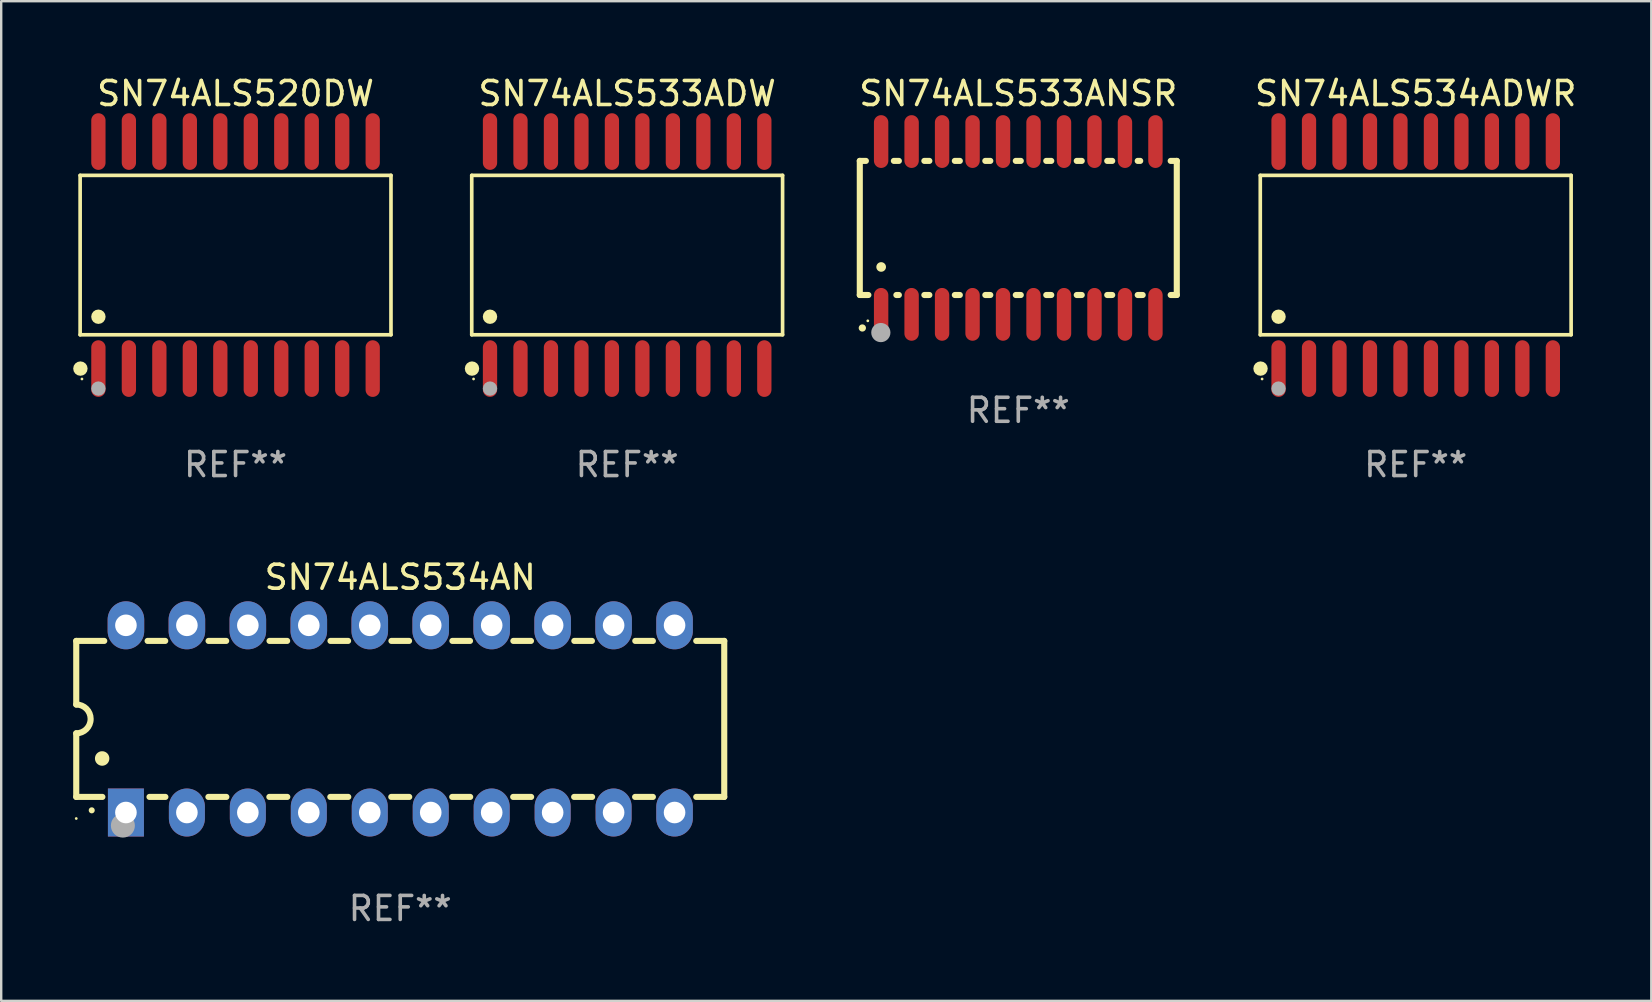
<source format=kicad_pcb>
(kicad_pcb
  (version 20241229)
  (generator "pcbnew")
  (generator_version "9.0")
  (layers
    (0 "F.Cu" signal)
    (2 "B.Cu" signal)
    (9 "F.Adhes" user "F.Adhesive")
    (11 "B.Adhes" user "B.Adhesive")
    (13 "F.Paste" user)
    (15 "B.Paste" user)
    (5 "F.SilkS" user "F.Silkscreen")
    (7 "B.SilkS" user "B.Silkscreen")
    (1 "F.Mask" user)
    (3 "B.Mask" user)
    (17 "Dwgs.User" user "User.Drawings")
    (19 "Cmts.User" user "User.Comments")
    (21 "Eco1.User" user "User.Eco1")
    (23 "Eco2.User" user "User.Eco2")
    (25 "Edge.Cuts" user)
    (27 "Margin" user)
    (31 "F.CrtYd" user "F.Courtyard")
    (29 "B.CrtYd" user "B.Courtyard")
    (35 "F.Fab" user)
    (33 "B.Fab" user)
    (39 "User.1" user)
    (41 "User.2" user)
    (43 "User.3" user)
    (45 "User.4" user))
  (footprint "SN74ALS533ANSR"
    (layer "F.Cu")
    (at 39.379 6.448)
    (property "Reference" "SN74ALS533ANSR" (at 0 -5.6 0) (layer "F.SilkS") (effects (font (size 1 1) (thickness 0.15))))
    (attr through_hole)
    (fp_line (start -6.604 -2.794) (end -6.604 2.794) (stroke (width 0.254) (type solid)) (layer "F.SilkS"))
    (fp_line (start -6.604 2.794) (end -6.246 2.794) (stroke (width 0.254) (type solid)) (layer "F.SilkS"))
    (fp_line (start -6.35 -2.794) (end -6.604 -2.794) (stroke (width 0.254) (type solid)) (layer "F.SilkS"))
    (fp_line (start -5.184 -2.794) (end -4.976 -2.794) (stroke (width 0.254) (type solid)) (layer "F.SilkS"))
    (fp_line (start -5.08 2.794) (end -4.976 2.794) (stroke (width 0.254) (type solid)) (layer "F.SilkS"))
    (fp_line (start -3.914 -2.794) (end -3.706 -2.794) (stroke (width 0.254) (type solid)) (layer "F.SilkS"))
    (fp_line (start -3.914 2.794) (end -3.706 2.794) (stroke (width 0.254) (type solid)) (layer "F.SilkS"))
    (fp_line (start -2.644 -2.794) (end -2.436 -2.794) (stroke (width 0.254) (type solid)) (layer "F.SilkS"))
    (fp_line (start -2.644 2.794) (end -2.436 2.794) (stroke (width 0.254) (type solid)) (layer "F.SilkS"))
    (fp_line (start -1.374 -2.794) (end -1.166 -2.794) (stroke (width 0.254) (type solid)) (layer "F.SilkS"))
    (fp_line (start -1.374 2.794) (end -1.166 2.794) (stroke (width 0.254) (type solid)) (layer "F.SilkS"))
    (fp_line (start -0.104 -2.794) (end 0.104 -2.794) (stroke (width 0.254) (type solid)) (layer "F.SilkS"))
    (fp_line (start -0.104 2.794) (end 0.104 2.794) (stroke (width 0.254) (type solid)) (layer "F.SilkS"))
    (fp_line (start 1.166 -2.794) (end 1.374 -2.794) (stroke (width 0.254) (type solid)) (layer "F.SilkS"))
    (fp_line (start 1.166 2.794) (end 1.374 2.794) (stroke (width 0.254) (type solid)) (layer "F.SilkS"))
    (fp_line (start 2.436 -2.794) (end 2.644 -2.794) (stroke (width 0.254) (type solid)) (layer "F.SilkS"))
    (fp_line (start 2.436 2.794) (end 2.644 2.794) (stroke (width 0.254) (type solid)) (layer "F.SilkS"))
    (fp_line (start 3.706 -2.794) (end 3.914 -2.794) (stroke (width 0.254) (type solid)) (layer "F.SilkS"))
    (fp_line (start 3.706 2.794) (end 3.914 2.794) (stroke (width 0.254) (type solid)) (layer "F.SilkS"))
    (fp_line (start 4.976 -2.794) (end 5.08 -2.794) (stroke (width 0.254) (type solid)) (layer "F.SilkS"))
    (fp_line (start 4.976 2.794) (end 5.184 2.794) (stroke (width 0.254) (type solid)) (layer "F.SilkS"))
    (fp_line (start 6.35 -2.794) (end 6.604 -2.794) (stroke (width 0.254) (type solid)) (layer "F.SilkS"))
    (fp_line (start 6.604 -2.794) (end 6.604 2.794) (stroke (width 0.254) (type solid)) (layer "F.SilkS"))
    (fp_line (start 6.604 2.794) (end 6.35 2.794) (stroke (width 0.254) (type solid)) (layer "F.SilkS"))
    (fp_arc (start -6.499619 4.167793) (mid -6.498349 4.167788) (end -6.497079 4.167793) (stroke (width 0.3) (type solid)) (layer "F.SilkS"))
    (fp_arc (start -5.715011 1.625603) (mid -5.713741 1.625599) (end -5.712471 1.625603) (stroke (width 0.4) (type solid)) (layer "F.SilkS"))
    (fp_circle (center -6.27 3.87) (end -6.24 3.87) (stroke (width 0.06) (type solid)) (fill no) (layer "F.SilkS"))
    (fp_circle (center -5.727 4.359) (end -5.527 4.359) (stroke (width 0.4) (type solid)) (fill no) (layer "F.Fab"))
    (fp_text user "REF**" (at 0 7.6 0) (layer "F.Fab") (effects (font (size 1 1) (thickness 0.15))))
    (pad "1" smd oval (at -5.715 3.6) (size 0.6 2.2) (layers "F.Cu" "F.Mask" "F.Paste"))
    (pad "2" smd oval (at -4.445 3.6) (size 0.6 2.2) (layers "F.Cu" "F.Mask" "F.Paste"))
    (pad "3" smd oval (at -3.175 3.6) (size 0.6 2.2) (layers "F.Cu" "F.Mask" "F.Paste"))
    (pad "4" smd oval (at -1.905 3.6) (size 0.6 2.2) (layers "F.Cu" "F.Mask" "F.Paste"))
    (pad "5" smd oval (at -0.635 3.6) (size 0.6 2.2) (layers "F.Cu" "F.Mask" "F.Paste"))
    (pad "6" smd oval (at 0.635 3.6) (size 0.6 2.2) (layers "F.Cu" "F.Mask" "F.Paste"))
    (pad "7" smd oval (at 1.905 3.6) (size 0.6 2.2) (layers "F.Cu" "F.Mask" "F.Paste"))
    (pad "8" smd oval (at 3.175 3.6) (size 0.6 2.2) (layers "F.Cu" "F.Mask" "F.Paste"))
    (pad "9" smd oval (at 4.445 3.6) (size 0.6 2.2) (layers "F.Cu" "F.Mask" "F.Paste"))
    (pad "10" smd oval (at 5.715 3.6) (size 0.6 2.2) (layers "F.Cu" "F.Mask" "F.Paste"))
    (pad "11" smd oval (at 5.715 -3.6 180) (size 0.6 2.2) (layers "F.Cu" "F.Mask" "F.Paste"))
    (pad "12" smd oval (at 4.445 -3.6 180) (size 0.6 2.2) (layers "F.Cu" "F.Mask" "F.Paste"))
    (pad "13" smd oval (at 3.175 -3.6 180) (size 0.6 2.2) (layers "F.Cu" "F.Mask" "F.Paste"))
    (pad "14" smd oval (at 1.905 -3.6 180) (size 0.6 2.2) (layers "F.Cu" "F.Mask" "F.Paste"))
    (pad "15" smd oval (at 0.635 -3.6 180) (size 0.6 2.2) (layers "F.Cu" "F.Mask" "F.Paste"))
    (pad "16" smd oval (at -0.635 -3.6 180) (size 0.6 2.2) (layers "F.Cu" "F.Mask" "F.Paste"))
    (pad "17" smd oval (at -1.905 -3.6 180) (size 0.6 2.2) (layers "F.Cu" "F.Mask" "F.Paste"))
    (pad "18" smd oval (at -3.175 -3.6 180) (size 0.6 2.2) (layers "F.Cu" "F.Mask" "F.Paste"))
    (pad "19" smd oval (at -4.445 -3.6 180) (size 0.6 2.2) (layers "F.Cu" "F.Mask" "F.Paste"))
    (pad "20" smd oval (at -5.715 -3.6 180) (size 0.6 2.2) (layers "F.Cu" "F.Mask" "F.Paste")))
  (footprint "SN74ALS520DW"
    (layer "F.Cu")
    (at 6.765 7.578)
    (property "Reference" "SN74ALS520DW" (at 0 -6.73 0) (layer "F.SilkS") (effects (font (size 1 1) (thickness 0.15))))
    (attr through_hole)
    (fp_line (start -6.476 -3.321) (end 6.476 -3.321) (stroke (width 0.152) (type solid)) (layer "F.SilkS"))
    (fp_line (start -6.476 3.321) (end -6.476 -3.321) (stroke (width 0.152) (type solid)) (layer "F.SilkS"))
    (fp_line (start 6.476 -3.321) (end 6.476 3.321) (stroke (width 0.152) (type solid)) (layer "F.SilkS"))
    (fp_line (start 6.476 3.321) (end -6.476 3.321) (stroke (width 0.152) (type solid)) (layer "F.SilkS"))
    (fp_circle (center -6.465 4.73) (end -6.315 4.73) (stroke (width 0.3) (type solid)) (fill no) (layer "F.SilkS"))
    (fp_circle (center -6.4 5.163) (end -6.37 5.163) (stroke (width 0.06) (type solid)) (fill no) (layer "F.SilkS"))
    (fp_circle (center -5.715 2.569) (end -5.565 2.569) (stroke (width 0.3) (type solid)) (fill no) (layer "F.SilkS"))
    (fp_circle (center -5.715 5.563) (end -5.565 5.563) (stroke (width 0.3) (type solid)) (fill no) (layer "F.Fab"))
    (fp_text user "REF**" (at 0 8.73 0) (layer "F.Fab") (effects (font (size 1 1) (thickness 0.15))))
    (pad "1" smd oval (at -5.715 4.73) (size 0.595 2.36) (layers "F.Cu" "F.Mask" "F.Paste"))
    (pad "2" smd oval (at -4.445 4.73) (size 0.595 2.36) (layers "F.Cu" "F.Mask" "F.Paste"))
    (pad "3" smd oval (at -3.175 4.73) (size 0.595 2.36) (layers "F.Cu" "F.Mask" "F.Paste"))
    (pad "4" smd oval (at -1.905 4.73) (size 0.595 2.36) (layers "F.Cu" "F.Mask" "F.Paste"))
    (pad "5" smd oval (at -0.635 4.73) (size 0.595 2.36) (layers "F.Cu" "F.Mask" "F.Paste"))
    (pad "6" smd oval (at 0.635 4.73) (size 0.595 2.36) (layers "F.Cu" "F.Mask" "F.Paste"))
    (pad "7" smd oval (at 1.905 4.73) (size 0.595 2.36) (layers "F.Cu" "F.Mask" "F.Paste"))
    (pad "8" smd oval (at 3.175 4.73) (size 0.595 2.36) (layers "F.Cu" "F.Mask" "F.Paste"))
    (pad "9" smd oval (at 4.445 4.73) (size 0.595 2.36) (layers "F.Cu" "F.Mask" "F.Paste"))
    (pad "10" smd oval (at 5.715 4.73) (size 0.595 2.36) (layers "F.Cu" "F.Mask" "F.Paste"))
    (pad "11" smd oval (at 5.715 -4.73) (size 0.595 2.36) (layers "F.Cu" "F.Mask" "F.Paste"))
    (pad "12" smd oval (at 4.445 -4.73) (size 0.595 2.36) (layers "F.Cu" "F.Mask" "F.Paste"))
    (pad "13" smd oval (at 3.175 -4.73) (size 0.595 2.36) (layers "F.Cu" "F.Mask" "F.Paste"))
    (pad "14" smd oval (at 1.905 -4.73) (size 0.595 2.36) (layers "F.Cu" "F.Mask" "F.Paste"))
    (pad "15" smd oval (at 0.635 -4.73) (size 0.595 2.36) (layers "F.Cu" "F.Mask" "F.Paste"))
    (pad "16" smd oval (at -0.635 -4.73) (size 0.595 2.36) (layers "F.Cu" "F.Mask" "F.Paste"))
    (pad "17" smd oval (at -1.905 -4.73) (size 0.595 2.36) (layers "F.Cu" "F.Mask" "F.Paste"))
    (pad "18" smd oval (at -3.175 -4.73) (size 0.595 2.36) (layers "F.Cu" "F.Mask" "F.Paste"))
    (pad "19" smd oval (at -4.445 -4.73) (size 0.595 2.36) (layers "F.Cu" "F.Mask" "F.Paste"))
    (pad "20" smd oval (at -5.715 -4.73) (size 0.595 2.36) (layers "F.Cu" "F.Mask" "F.Paste")))
  (footprint "SN74ALS533ADW"
    (layer "F.Cu")
    (at 23.082 7.578)
    (property "Reference" "SN74ALS533ADW" (at 0 -6.73 0) (layer "F.SilkS") (effects (font (size 1 1) (thickness 0.15))))
    (attr through_hole)
    (fp_line (start -6.476 -3.321) (end 6.476 -3.321) (stroke (width 0.152) (type solid)) (layer "F.SilkS"))
    (fp_line (start -6.476 3.321) (end -6.476 -3.321) (stroke (width 0.152) (type solid)) (layer "F.SilkS"))
    (fp_line (start 6.476 -3.321) (end 6.476 3.321) (stroke (width 0.152) (type solid)) (layer "F.SilkS"))
    (fp_line (start 6.476 3.321) (end -6.476 3.321) (stroke (width 0.152) (type solid)) (layer "F.SilkS"))
    (fp_circle (center -6.465 4.73) (end -6.315 4.73) (stroke (width 0.3) (type solid)) (fill no) (layer "F.SilkS"))
    (fp_circle (center -6.4 5.163) (end -6.37 5.163) (stroke (width 0.06) (type solid)) (fill no) (layer "F.SilkS"))
    (fp_circle (center -5.715 2.569) (end -5.565 2.569) (stroke (width 0.3) (type solid)) (fill no) (layer "F.SilkS"))
    (fp_circle (center -5.715 5.563) (end -5.565 5.563) (stroke (width 0.3) (type solid)) (fill no) (layer "F.Fab"))
    (fp_text user "REF**" (at 0 8.73 0) (layer "F.Fab") (effects (font (size 1 1) (thickness 0.15))))
    (pad "1" smd oval (at -5.715 4.73) (size 0.595 2.36) (layers "F.Cu" "F.Mask" "F.Paste"))
    (pad "2" smd oval (at -4.445 4.73) (size 0.595 2.36) (layers "F.Cu" "F.Mask" "F.Paste"))
    (pad "3" smd oval (at -3.175 4.73) (size 0.595 2.36) (layers "F.Cu" "F.Mask" "F.Paste"))
    (pad "4" smd oval (at -1.905 4.73) (size 0.595 2.36) (layers "F.Cu" "F.Mask" "F.Paste"))
    (pad "5" smd oval (at -0.635 4.73) (size 0.595 2.36) (layers "F.Cu" "F.Mask" "F.Paste"))
    (pad "6" smd oval (at 0.635 4.73) (size 0.595 2.36) (layers "F.Cu" "F.Mask" "F.Paste"))
    (pad "7" smd oval (at 1.905 4.73) (size 0.595 2.36) (layers "F.Cu" "F.Mask" "F.Paste"))
    (pad "8" smd oval (at 3.175 4.73) (size 0.595 2.36) (layers "F.Cu" "F.Mask" "F.Paste"))
    (pad "9" smd oval (at 4.445 4.73) (size 0.595 2.36) (layers "F.Cu" "F.Mask" "F.Paste"))
    (pad "10" smd oval (at 5.715 4.73) (size 0.595 2.36) (layers "F.Cu" "F.Mask" "F.Paste"))
    (pad "11" smd oval (at 5.715 -4.73) (size 0.595 2.36) (layers "F.Cu" "F.Mask" "F.Paste"))
    (pad "12" smd oval (at 4.445 -4.73) (size 0.595 2.36) (layers "F.Cu" "F.Mask" "F.Paste"))
    (pad "13" smd oval (at 3.175 -4.73) (size 0.595 2.36) (layers "F.Cu" "F.Mask" "F.Paste"))
    (pad "14" smd oval (at 1.905 -4.73) (size 0.595 2.36) (layers "F.Cu" "F.Mask" "F.Paste"))
    (pad "15" smd oval (at 0.635 -4.73) (size 0.595 2.36) (layers "F.Cu" "F.Mask" "F.Paste"))
    (pad "16" smd oval (at -0.635 -4.73) (size 0.595 2.36) (layers "F.Cu" "F.Mask" "F.Paste"))
    (pad "17" smd oval (at -1.905 -4.73) (size 0.595 2.36) (layers "F.Cu" "F.Mask" "F.Paste"))
    (pad "18" smd oval (at -3.175 -4.73) (size 0.595 2.36) (layers "F.Cu" "F.Mask" "F.Paste"))
    (pad "19" smd oval (at -4.445 -4.73) (size 0.595 2.36) (layers "F.Cu" "F.Mask" "F.Paste"))
    (pad "20" smd oval (at -5.715 -4.73) (size 0.595 2.36) (layers "F.Cu" "F.Mask" "F.Paste")))
  (footprint "SN74ALS534AN"
    (layer "F.Cu")
    (at 13.627 26.905)
    (property "Reference" "SN74ALS534AN" (at 0 -5.9 0) (layer "F.SilkS") (effects (font (size 1 1) (thickness 0.15))))
    (attr through_hole)
    (fp_line (start -13.5 -3.25) (end -12.333 -3.25) (stroke (width 0.254) (type solid)) (layer "F.SilkS"))
    (fp_line (start -13.5 -0.6) (end -13.5 -3.25) (stroke (width 0.254) (type solid)) (layer "F.SilkS"))
    (fp_line (start -13.5 3.25) (end -13.5 0.6) (stroke (width 0.254) (type solid)) (layer "F.SilkS"))
    (fp_line (start -13.5 3.25) (end -12.411 3.25) (stroke (width 0.254) (type solid)) (layer "F.SilkS"))
    (fp_line (start -10.527 -3.25) (end -9.793 -3.25) (stroke (width 0.254) (type solid)) (layer "F.SilkS"))
    (fp_line (start -10.449 3.25) (end -9.786 3.25) (stroke (width 0.254) (type solid)) (layer "F.SilkS"))
    (fp_line (start -7.994 3.25) (end -7.246 3.25) (stroke (width 0.254) (type solid)) (layer "F.SilkS"))
    (fp_line (start -7.987 -3.25) (end -7.253 -3.25) (stroke (width 0.254) (type solid)) (layer "F.SilkS"))
    (fp_line (start -5.454 3.25) (end -4.706 3.25) (stroke (width 0.254) (type solid)) (layer "F.SilkS"))
    (fp_line (start -5.447 -3.25) (end -4.713 -3.25) (stroke (width 0.254) (type solid)) (layer "F.SilkS"))
    (fp_line (start -2.914 3.25) (end -2.166 3.25) (stroke (width 0.254) (type solid)) (layer "F.SilkS"))
    (fp_line (start -2.907 -3.25) (end -2.173 -3.25) (stroke (width 0.254) (type solid)) (layer "F.SilkS"))
    (fp_line (start -0.374 3.25) (end 0.374 3.25) (stroke (width 0.254) (type solid)) (layer "F.SilkS"))
    (fp_line (start -0.367 -3.25) (end 0.367 -3.25) (stroke (width 0.254) (type solid)) (layer "F.SilkS"))
    (fp_line (start 2.166 3.25) (end 2.914 3.25) (stroke (width 0.254) (type solid)) (layer "F.SilkS"))
    (fp_line (start 2.173 -3.25) (end 2.907 -3.25) (stroke (width 0.254) (type solid)) (layer "F.SilkS"))
    (fp_line (start 4.706 3.25) (end 5.454 3.25) (stroke (width 0.254) (type solid)) (layer "F.SilkS"))
    (fp_line (start 4.713 -3.25) (end 5.447 -3.25) (stroke (width 0.254) (type solid)) (layer "F.SilkS"))
    (fp_line (start 7.246 3.25) (end 7.994 3.25) (stroke (width 0.254) (type solid)) (layer "F.SilkS"))
    (fp_line (start 7.253 -3.25) (end 7.987 -3.25) (stroke (width 0.254) (type solid)) (layer "F.SilkS"))
    (fp_line (start 9.786 3.25) (end 10.527 3.25) (stroke (width 0.254) (type solid)) (layer "F.SilkS"))
    (fp_line (start 9.793 -3.25) (end 10.527 -3.25) (stroke (width 0.254) (type solid)) (layer "F.SilkS"))
    (fp_line (start 12.333 -3.25) (end 13.5 -3.25) (stroke (width 0.254) (type solid)) (layer "F.SilkS"))
    (fp_line (start 12.333 3.25) (end 13.5 3.25) (stroke (width 0.254) (type solid)) (layer "F.SilkS"))
    (fp_line (start 13.5 -3.25) (end 13.5 3.25) (stroke (width 0.254) (type solid)) (layer "F.SilkS"))
    (fp_arc (start -13.500127 -0.599442) (mid -12.900406 0.000228) (end -13.500025 0.6) (stroke (width 0.254001) (type solid)) (layer "F.SilkS"))
    (fp_arc (start -12.854966 3.810008) (mid -12.854973 3.808738) (end -12.854966 3.807468) (stroke (width 0.25) (type solid)) (layer "F.SilkS"))
    (fp_arc (start -12.420625 1.651003) (mid -12.420636 1.648463) (end -12.420625 1.645923) (stroke (width 0.6) (type solid)) (layer "F.SilkS"))
    (fp_circle (center -13.5 4.15) (end -13.47 4.15) (stroke (width 0.06) (type solid)) (fill no) (layer "F.SilkS"))
    (fp_circle (center -11.557 4.445) (end -11.307 4.445) (stroke (width 0.5) (type solid)) (fill no) (layer "F.Fab"))
    (fp_text user "REF**" (at 0 7.9 0) (layer "F.Fab") (effects (font (size 1 1) (thickness 0.15))))
    (pad "1" thru_hole rect (at -11.43 3.9 90) (size 2 1.5) (drill 0.9) (layers "*.Cu" "*.Mask"))
    (pad "2" thru_hole oval (at -8.89 3.9 90) (size 2 1.5) (drill 0.9) (layers "*.Cu" "*.Mask"))
    (pad "3" thru_hole oval (at -6.35 3.9 90) (size 2 1.5) (drill 0.9) (layers "*.Cu" "*.Mask"))
    (pad "4" thru_hole oval (at -3.81 3.9 90) (size 2 1.5) (drill 0.9) (layers "*.Cu" "*.Mask"))
    (pad "5" thru_hole oval (at -1.27 3.9 90) (size 2 1.5) (drill 0.9) (layers "*.Cu" "*.Mask"))
    (pad "6" thru_hole oval (at 1.27 3.9 90) (size 2 1.5) (drill 0.9) (layers "*.Cu" "*.Mask"))
    (pad "7" thru_hole oval (at 3.81 3.9 90) (size 2 1.5) (drill 0.9) (layers "*.Cu" "*.Mask"))
    (pad "8" thru_hole oval (at 6.35 3.9 90) (size 2 1.5) (drill 0.9) (layers "*.Cu" "*.Mask"))
    (pad "9" thru_hole oval (at 8.89 3.9 90) (size 2 1.5) (drill 0.9) (layers "*.Cu" "*.Mask"))
    (pad "10" thru_hole oval (at 11.43 3.9 90) (size 2 1.524) (drill 0.9) (layers "*.Cu" "*.Mask"))
    (pad "11" thru_hole oval (at 11.43 -3.9 90) (size 2 1.524) (drill 0.9) (layers "*.Cu" "*.Mask"))
    (pad "12" thru_hole oval (at 8.89 -3.9 90) (size 2 1.524) (drill 0.9) (layers "*.Cu" "*.Mask"))
    (pad "13" thru_hole oval (at 6.35 -3.9 90) (size 2 1.524) (drill 0.9) (layers "*.Cu" "*.Mask"))
    (pad "14" thru_hole oval (at 3.81 -3.9 90) (size 2 1.524) (drill 0.9) (layers "*.Cu" "*.Mask"))
    (pad "15" thru_hole oval (at 1.27 -3.9 90) (size 2 1.524) (drill 0.9) (layers "*.Cu" "*.Mask"))
    (pad "16" thru_hole oval (at -1.27 -3.9 90) (size 2 1.524) (drill 0.9) (layers "*.Cu" "*.Mask"))
    (pad "17" thru_hole oval (at -3.81 -3.9 90) (size 2 1.524) (drill 0.9) (layers "*.Cu" "*.Mask"))
    (pad "18" thru_hole oval (at -6.35 -3.9 90) (size 2 1.524) (drill 0.9) (layers "*.Cu" "*.Mask"))
    (pad "19" thru_hole oval (at -8.89 -3.9 90) (size 2 1.524) (drill 0.9) (layers "*.Cu" "*.Mask"))
    (pad "20" thru_hole oval (at -11.43 -3.9 90) (size 2 1.524) (drill 0.9) (layers "*.Cu" "*.Mask")))
  (footprint "SN74ALS534ADWR"
    (layer "F.Cu")
    (at 55.938 7.578)
    (property "Reference" "SN74ALS534ADWR" (at 0 -6.73 0) (layer "F.SilkS") (effects (font (size 1 1) (thickness 0.15))))
    (attr through_hole)
    (fp_line (start -6.476 -3.321) (end 6.476 -3.321) (stroke (width 0.152) (type solid)) (layer "F.SilkS"))
    (fp_line (start -6.476 3.321) (end -6.476 -3.321) (stroke (width 0.152) (type solid)) (layer "F.SilkS"))
    (fp_line (start 6.476 -3.321) (end 6.476 3.321) (stroke (width 0.152) (type solid)) (layer "F.SilkS"))
    (fp_line (start 6.476 3.321) (end -6.476 3.321) (stroke (width 0.152) (type solid)) (layer "F.SilkS"))
    (fp_circle (center -6.465 4.73) (end -6.315 4.73) (stroke (width 0.3) (type solid)) (fill no) (layer "F.SilkS"))
    (fp_circle (center -6.4 5.163) (end -6.37 5.163) (stroke (width 0.06) (type solid)) (fill no) (layer "F.SilkS"))
    (fp_circle (center -5.715 2.569) (end -5.565 2.569) (stroke (width 0.3) (type solid)) (fill no) (layer "F.SilkS"))
    (fp_circle (center -5.715 5.563) (end -5.565 5.563) (stroke (width 0.3) (type solid)) (fill no) (layer "F.Fab"))
    (fp_text user "REF**" (at 0 8.73 0) (layer "F.Fab") (effects (font (size 1 1) (thickness 0.15))))
    (pad "1" smd oval (at -5.715 4.73) (size 0.595 2.36) (layers "F.Cu" "F.Mask" "F.Paste"))
    (pad "2" smd oval (at -4.445 4.73) (size 0.595 2.36) (layers "F.Cu" "F.Mask" "F.Paste"))
    (pad "3" smd oval (at -3.175 4.73) (size 0.595 2.36) (layers "F.Cu" "F.Mask" "F.Paste"))
    (pad "4" smd oval (at -1.905 4.73) (size 0.595 2.36) (layers "F.Cu" "F.Mask" "F.Paste"))
    (pad "5" smd oval (at -0.635 4.73) (size 0.595 2.36) (layers "F.Cu" "F.Mask" "F.Paste"))
    (pad "6" smd oval (at 0.635 4.73) (size 0.595 2.36) (layers "F.Cu" "F.Mask" "F.Paste"))
    (pad "7" smd oval (at 1.905 4.73) (size 0.595 2.36) (layers "F.Cu" "F.Mask" "F.Paste"))
    (pad "8" smd oval (at 3.175 4.73) (size 0.595 2.36) (layers "F.Cu" "F.Mask" "F.Paste"))
    (pad "9" smd oval (at 4.445 4.73) (size 0.595 2.36) (layers "F.Cu" "F.Mask" "F.Paste"))
    (pad "10" smd oval (at 5.715 4.73) (size 0.595 2.36) (layers "F.Cu" "F.Mask" "F.Paste"))
    (pad "11" smd oval (at 5.715 -4.73) (size 0.595 2.36) (layers "F.Cu" "F.Mask" "F.Paste"))
    (pad "12" smd oval (at 4.445 -4.73) (size 0.595 2.36) (layers "F.Cu" "F.Mask" "F.Paste"))
    (pad "13" smd oval (at 3.175 -4.73) (size 0.595 2.36) (layers "F.Cu" "F.Mask" "F.Paste"))
    (pad "14" smd oval (at 1.905 -4.73) (size 0.595 2.36) (layers "F.Cu" "F.Mask" "F.Paste"))
    (pad "15" smd oval (at 0.635 -4.73) (size 0.595 2.36) (layers "F.Cu" "F.Mask" "F.Paste"))
    (pad "16" smd oval (at -0.635 -4.73) (size 0.595 2.36) (layers "F.Cu" "F.Mask" "F.Paste"))
    (pad "17" smd oval (at -1.905 -4.73) (size 0.595 2.36) (layers "F.Cu" "F.Mask" "F.Paste"))
    (pad "18" smd oval (at -3.175 -4.73) (size 0.595 2.36) (layers "F.Cu" "F.Mask" "F.Paste"))
    (pad "19" smd oval (at -4.445 -4.73) (size 0.595 2.36) (layers "F.Cu" "F.Mask" "F.Paste"))
    (pad "20" smd oval (at -5.715 -4.73) (size 0.595 2.36) (layers "F.Cu" "F.Mask" "F.Paste")))
  (gr_rect
    (start -3 -3)
    (end 65.754 38.653)
    (stroke (width 0.1) (type default))
    (fill no)
    (layer "Edge.Cuts")))
</source>
